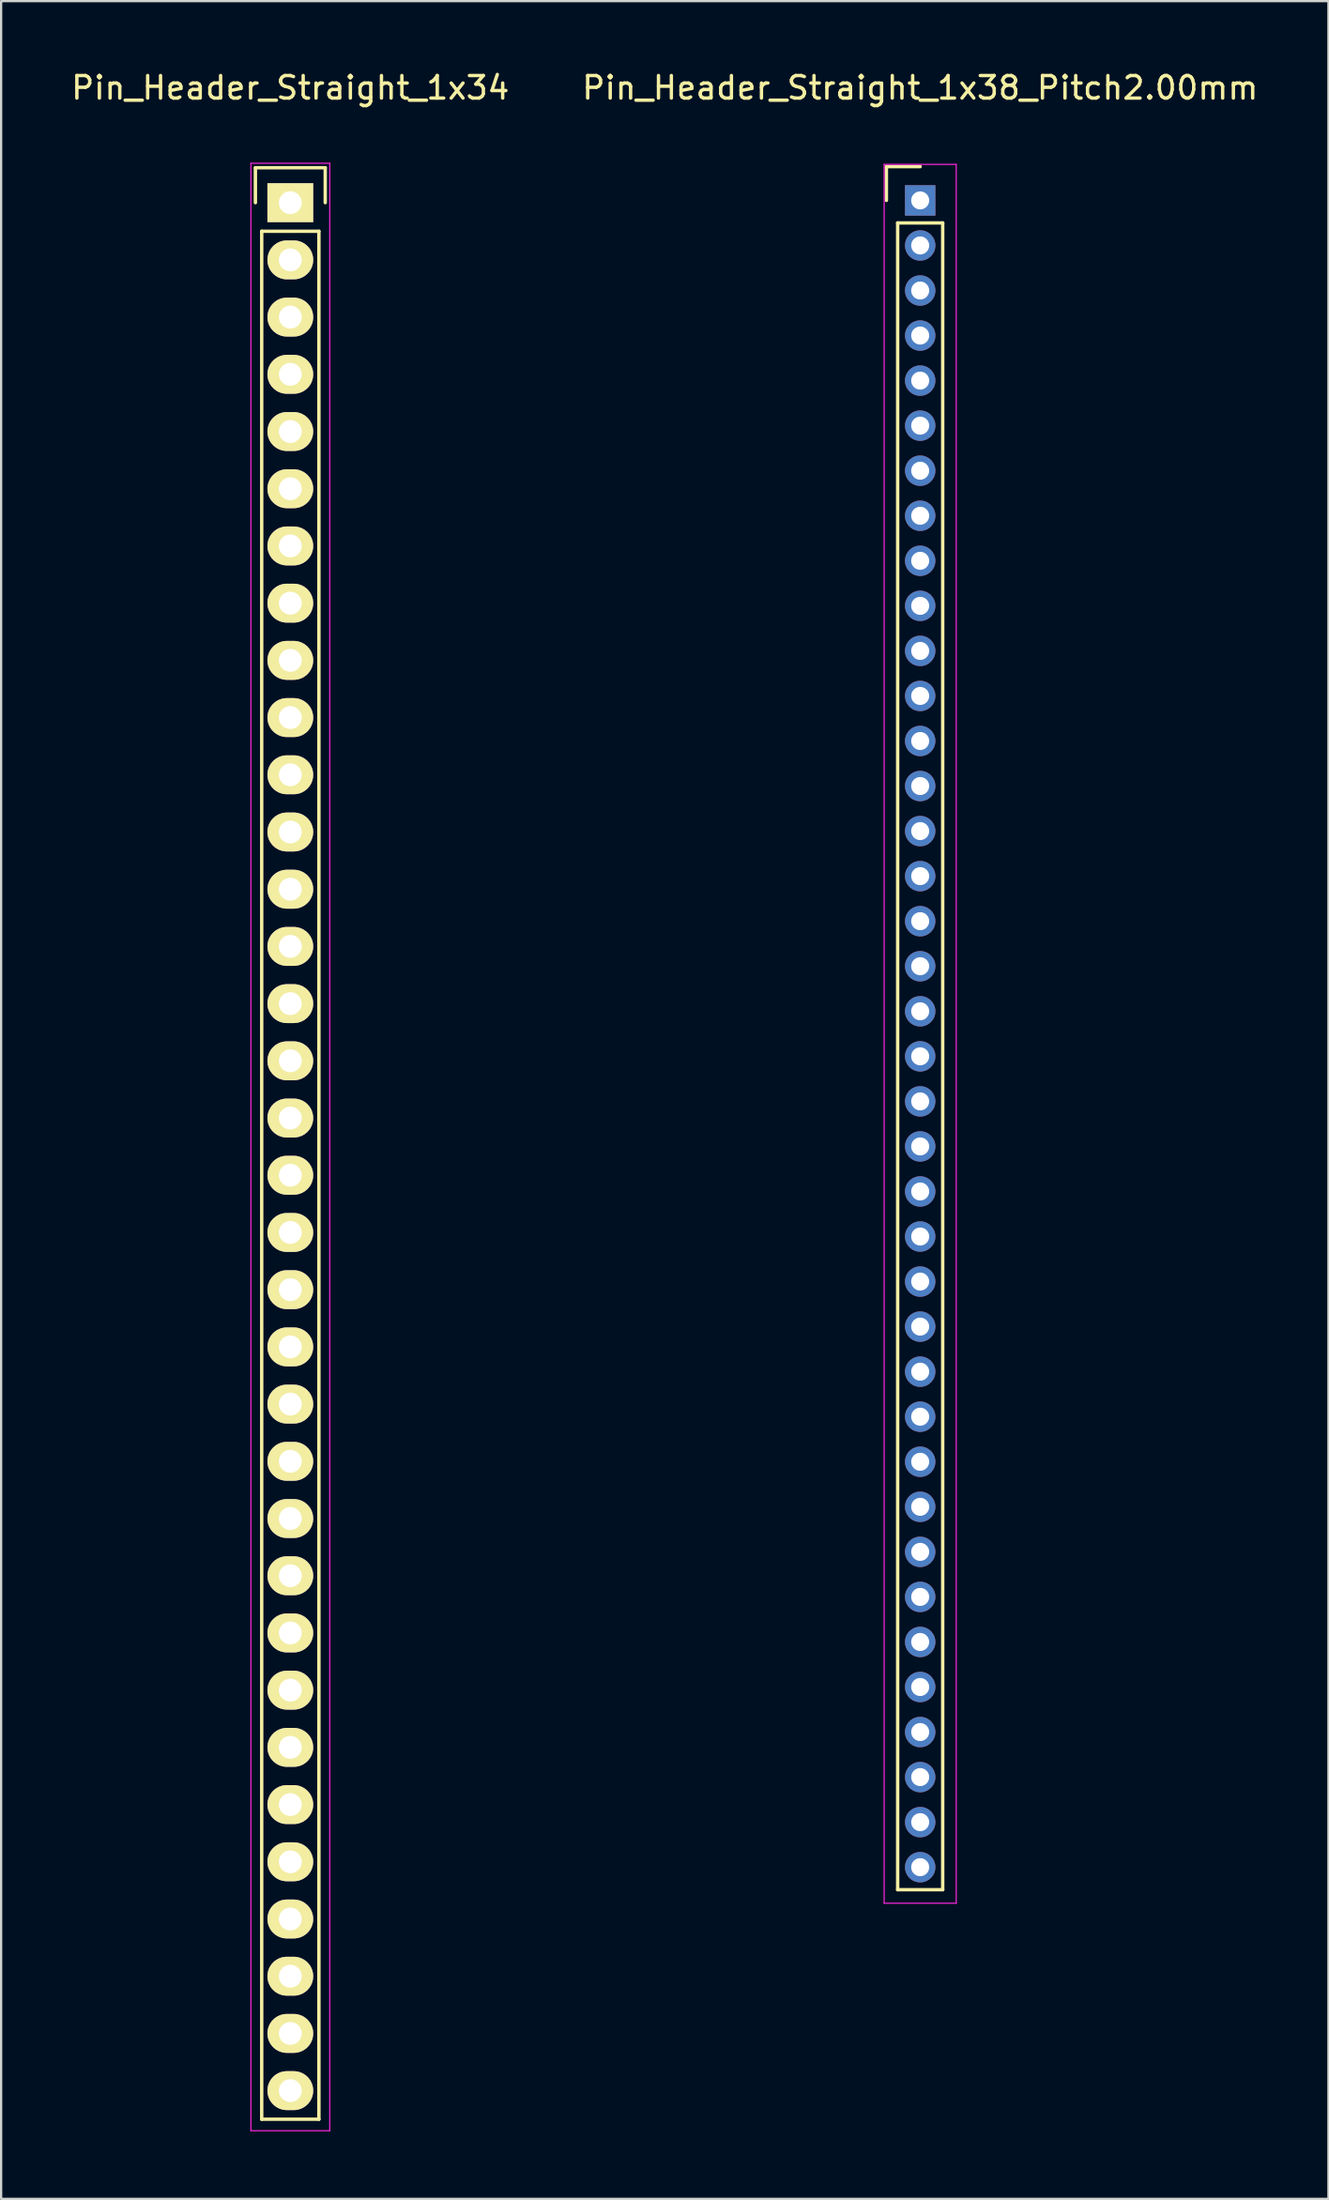
<source format=kicad_pcb>
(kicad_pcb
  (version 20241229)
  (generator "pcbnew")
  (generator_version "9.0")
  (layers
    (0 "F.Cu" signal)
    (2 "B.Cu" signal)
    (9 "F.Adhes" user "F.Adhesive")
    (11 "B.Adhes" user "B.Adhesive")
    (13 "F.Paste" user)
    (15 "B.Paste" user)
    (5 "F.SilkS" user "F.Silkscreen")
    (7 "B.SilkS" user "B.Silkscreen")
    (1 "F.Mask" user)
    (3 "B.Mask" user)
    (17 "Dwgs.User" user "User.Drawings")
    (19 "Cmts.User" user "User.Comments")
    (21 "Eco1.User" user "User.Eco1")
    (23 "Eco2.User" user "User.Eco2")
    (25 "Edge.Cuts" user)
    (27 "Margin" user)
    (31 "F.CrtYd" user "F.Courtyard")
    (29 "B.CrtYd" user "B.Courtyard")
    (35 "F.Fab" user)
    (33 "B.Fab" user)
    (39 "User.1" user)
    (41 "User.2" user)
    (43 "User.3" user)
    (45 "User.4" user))
  (footprint "Pin_Header_Straight_1x38_Pitch2.00mm"
    (layer "F.Cu")
    (at 37.804 5.848)
    (property "Reference" "Pin_Header_Straight_1x38_Pitch2.00mm" (at 0 -5 0) (layer "F.SilkS") (effects (font (size 1 1) (thickness 0.15))))
    (attr through_hole)
    (fp_line (start -1.5 -1.5) (end 0 -1.5) (stroke (width 0.15) (type solid)) (layer "F.SilkS"))
    (fp_line (start -1.5 0) (end -1.5 -1.5) (stroke (width 0.15) (type solid)) (layer "F.SilkS"))
    (fp_line (start -1 1) (end 1 1) (stroke (width 0.15) (type solid)) (layer "F.SilkS"))
    (fp_line (start -1 75) (end -1 1) (stroke (width 0.15) (type solid)) (layer "F.SilkS"))
    (fp_line (start 1 1) (end 1 75) (stroke (width 0.15) (type solid)) (layer "F.SilkS"))
    (fp_line (start 1 75) (end -1 75) (stroke (width 0.15) (type solid)) (layer "F.SilkS"))
    (fp_line (start -1.6 -1.6) (end 1.6 -1.6) (stroke (width 0.05) (type solid)) (layer "F.CrtYd"))
    (fp_line (start -1.6 75.6) (end -1.6 -1.6) (stroke (width 0.05) (type solid)) (layer "F.CrtYd"))
    (fp_line (start 1.6 -1.6) (end 1.6 75.6) (stroke (width 0.05) (type solid)) (layer "F.CrtYd"))
    (fp_line (start 1.6 75.6) (end -1.6 75.6) (stroke (width 0.05) (type solid)) (layer "F.CrtYd"))
    (pad "1" thru_hole rect (at 0 0) (size 1.35 1.35) (drill 0.8) (layers "*.Cu" "*.Mask"))
    (pad "2" thru_hole circle (at 0 2) (size 1.35 1.35) (drill 0.8) (layers "*.Cu" "*.Mask"))
    (pad "3" thru_hole circle (at 0 4) (size 1.35 1.35) (drill 0.8) (layers "*.Cu" "*.Mask"))
    (pad "4" thru_hole circle (at 0 6) (size 1.35 1.35) (drill 0.8) (layers "*.Cu" "*.Mask"))
    (pad "5" thru_hole circle (at 0 8) (size 1.35 1.35) (drill 0.8) (layers "*.Cu" "*.Mask"))
    (pad "6" thru_hole circle (at 0 10) (size 1.35 1.35) (drill 0.8) (layers "*.Cu" "*.Mask"))
    (pad "7" thru_hole circle (at 0 12) (size 1.35 1.35) (drill 0.8) (layers "*.Cu" "*.Mask"))
    (pad "8" thru_hole circle (at 0 14) (size 1.35 1.35) (drill 0.8) (layers "*.Cu" "*.Mask"))
    (pad "9" thru_hole circle (at 0 16) (size 1.35 1.35) (drill 0.8) (layers "*.Cu" "*.Mask"))
    (pad "10" thru_hole circle (at 0 18) (size 1.35 1.35) (drill 0.8) (layers "*.Cu" "*.Mask"))
    (pad "11" thru_hole circle (at 0 20) (size 1.35 1.35) (drill 0.8) (layers "*.Cu" "*.Mask"))
    (pad "12" thru_hole circle (at 0 22) (size 1.35 1.35) (drill 0.8) (layers "*.Cu" "*.Mask"))
    (pad "13" thru_hole circle (at 0 24) (size 1.35 1.35) (drill 0.8) (layers "*.Cu" "*.Mask"))
    (pad "14" thru_hole circle (at 0 26) (size 1.35 1.35) (drill 0.8) (layers "*.Cu" "*.Mask"))
    (pad "15" thru_hole circle (at 0 28) (size 1.35 1.35) (drill 0.8) (layers "*.Cu" "*.Mask"))
    (pad "16" thru_hole circle (at 0 30) (size 1.35 1.35) (drill 0.8) (layers "*.Cu" "*.Mask"))
    (pad "17" thru_hole circle (at 0 32) (size 1.35 1.35) (drill 0.8) (layers "*.Cu" "*.Mask"))
    (pad "18" thru_hole circle (at 0 34) (size 1.35 1.35) (drill 0.8) (layers "*.Cu" "*.Mask"))
    (pad "19" thru_hole circle (at 0 36) (size 1.35 1.35) (drill 0.8) (layers "*.Cu" "*.Mask"))
    (pad "20" thru_hole circle (at 0 38) (size 1.35 1.35) (drill 0.8) (layers "*.Cu" "*.Mask"))
    (pad "21" thru_hole circle (at 0 40) (size 1.35 1.35) (drill 0.8) (layers "*.Cu" "*.Mask"))
    (pad "22" thru_hole circle (at 0 42) (size 1.35 1.35) (drill 0.8) (layers "*.Cu" "*.Mask"))
    (pad "23" thru_hole circle (at 0 44) (size 1.35 1.35) (drill 0.8) (layers "*.Cu" "*.Mask"))
    (pad "24" thru_hole circle (at 0 46) (size 1.35 1.35) (drill 0.8) (layers "*.Cu" "*.Mask"))
    (pad "25" thru_hole circle (at 0 48) (size 1.35 1.35) (drill 0.8) (layers "*.Cu" "*.Mask"))
    (pad "26" thru_hole circle (at 0 50) (size 1.35 1.35) (drill 0.8) (layers "*.Cu" "*.Mask"))
    (pad "27" thru_hole circle (at 0 52) (size 1.35 1.35) (drill 0.8) (layers "*.Cu" "*.Mask"))
    (pad "28" thru_hole circle (at 0 54) (size 1.35 1.35) (drill 0.8) (layers "*.Cu" "*.Mask"))
    (pad "29" thru_hole circle (at 0 56) (size 1.35 1.35) (drill 0.8) (layers "*.Cu" "*.Mask"))
    (pad "30" thru_hole circle (at 0 58) (size 1.35 1.35) (drill 0.8) (layers "*.Cu" "*.Mask"))
    (pad "31" thru_hole circle (at 0 60) (size 1.35 1.35) (drill 0.8) (layers "*.Cu" "*.Mask"))
    (pad "32" thru_hole circle (at 0 62) (size 1.35 1.35) (drill 0.8) (layers "*.Cu" "*.Mask"))
    (pad "33" thru_hole circle (at 0 64) (size 1.35 1.35) (drill 0.8) (layers "*.Cu" "*.Mask"))
    (pad "34" thru_hole circle (at 0 66) (size 1.35 1.35) (drill 0.8) (layers "*.Cu" "*.Mask"))
    (pad "35" thru_hole circle (at 0 68) (size 1.35 1.35) (drill 0.8) (layers "*.Cu" "*.Mask"))
    (pad "36" thru_hole circle (at 0 70) (size 1.35 1.35) (drill 0.8) (layers "*.Cu" "*.Mask"))
    (pad "37" thru_hole circle (at 0 72) (size 1.35 1.35) (drill 0.8) (layers "*.Cu" "*.Mask"))
    (pad "38" thru_hole circle (at 0 74) (size 1.35 1.35) (drill 0.8) (layers "*.Cu" "*.Mask")))
  (footprint "Pin_Header_Straight_1x34"
    (layer "F.Cu")
    (at 9.839 5.948)
    (property "Reference" "Pin_Header_Straight_1x34" (at 0 -5.1 0) (layer "F.SilkS") (effects (font (size 1 1) (thickness 0.15))))
    (attr through_hole)
    (fp_line (start -1.55 -1.55) (end 1.55 -1.55) (stroke (width 0.15) (type solid)) (layer "F.SilkS"))
    (fp_line (start -1.55 0) (end -1.55 -1.55) (stroke (width 0.15) (type solid)) (layer "F.SilkS"))
    (fp_line (start -1.27 1.27) (end -1.27 85.09) (stroke (width 0.15) (type solid)) (layer "F.SilkS"))
    (fp_line (start -1.27 85.09) (end 1.27 85.09) (stroke (width 0.15) (type solid)) (layer "F.SilkS"))
    (fp_line (start 1.27 1.27) (end -1.27 1.27) (stroke (width 0.15) (type solid)) (layer "F.SilkS"))
    (fp_line (start 1.27 85.09) (end 1.27 1.27) (stroke (width 0.15) (type solid)) (layer "F.SilkS"))
    (fp_line (start 1.55 -1.55) (end 1.55 0) (stroke (width 0.15) (type solid)) (layer "F.SilkS"))
    (fp_line (start -1.75 -1.75) (end -1.75 85.6) (stroke (width 0.05) (type solid)) (layer "F.CrtYd"))
    (fp_line (start -1.75 -1.75) (end 1.75 -1.75) (stroke (width 0.05) (type solid)) (layer "F.CrtYd"))
    (fp_line (start -1.75 85.6) (end 1.75 85.6) (stroke (width 0.05) (type solid)) (layer "F.CrtYd"))
    (fp_line (start 1.75 -1.75) (end 1.75 85.6) (stroke (width 0.05) (type solid)) (layer "F.CrtYd"))
    (pad "1" thru_hole rect (at 0 0) (size 2.032 1.727) (drill 1.016) (layers "*.Cu" "*.Mask" "F.SilkS"))
    (pad "2" thru_hole oval (at 0 2.54) (size 2.032 1.727) (drill 1.016) (layers "*.Cu" "*.Mask" "F.SilkS"))
    (pad "3" thru_hole oval (at 0 5.08) (size 2.032 1.727) (drill 1.016) (layers "*.Cu" "*.Mask" "F.SilkS"))
    (pad "4" thru_hole oval (at 0 7.62) (size 2.032 1.727) (drill 1.016) (layers "*.Cu" "*.Mask" "F.SilkS"))
    (pad "5" thru_hole oval (at 0 10.16) (size 2.032 1.727) (drill 1.016) (layers "*.Cu" "*.Mask" "F.SilkS"))
    (pad "6" thru_hole oval (at 0 12.7) (size 2.032 1.727) (drill 1.016) (layers "*.Cu" "*.Mask" "F.SilkS"))
    (pad "7" thru_hole oval (at 0 15.24) (size 2.032 1.727) (drill 1.016) (layers "*.Cu" "*.Mask" "F.SilkS"))
    (pad "8" thru_hole oval (at 0 17.78) (size 2.032 1.727) (drill 1.016) (layers "*.Cu" "*.Mask" "F.SilkS"))
    (pad "9" thru_hole oval (at 0 20.32) (size 2.032 1.727) (drill 1.016) (layers "*.Cu" "*.Mask" "F.SilkS"))
    (pad "10" thru_hole oval (at 0 22.86) (size 2.032 1.727) (drill 1.016) (layers "*.Cu" "*.Mask" "F.SilkS"))
    (pad "11" thru_hole oval (at 0 25.4) (size 2.032 1.727) (drill 1.016) (layers "*.Cu" "*.Mask" "F.SilkS"))
    (pad "12" thru_hole oval (at 0 27.94) (size 2.032 1.727) (drill 1.016) (layers "*.Cu" "*.Mask" "F.SilkS"))
    (pad "13" thru_hole oval (at 0 30.48) (size 2.032 1.727) (drill 1.016) (layers "*.Cu" "*.Mask" "F.SilkS"))
    (pad "14" thru_hole oval (at 0 33.02) (size 2.032 1.727) (drill 1.016) (layers "*.Cu" "*.Mask" "F.SilkS"))
    (pad "15" thru_hole oval (at 0 35.56) (size 2.032 1.727) (drill 1.016) (layers "*.Cu" "*.Mask" "F.SilkS"))
    (pad "16" thru_hole oval (at 0 38.1) (size 2.032 1.727) (drill 1.016) (layers "*.Cu" "*.Mask" "F.SilkS"))
    (pad "17" thru_hole oval (at 0 40.64) (size 2.032 1.727) (drill 1.016) (layers "*.Cu" "*.Mask" "F.SilkS"))
    (pad "18" thru_hole oval (at 0 43.18) (size 2.032 1.727) (drill 1.016) (layers "*.Cu" "*.Mask" "F.SilkS"))
    (pad "19" thru_hole oval (at 0 45.72) (size 2.032 1.727) (drill 1.016) (layers "*.Cu" "*.Mask" "F.SilkS"))
    (pad "20" thru_hole oval (at 0 48.26) (size 2.032 1.727) (drill 1.016) (layers "*.Cu" "*.Mask" "F.SilkS"))
    (pad "21" thru_hole oval (at 0 50.8) (size 2.032 1.727) (drill 1.016) (layers "*.Cu" "*.Mask" "F.SilkS"))
    (pad "22" thru_hole oval (at 0 53.34) (size 2.032 1.727) (drill 1.016) (layers "*.Cu" "*.Mask" "F.SilkS"))
    (pad "23" thru_hole oval (at 0 55.88) (size 2.032 1.727) (drill 1.016) (layers "*.Cu" "*.Mask" "F.SilkS"))
    (pad "24" thru_hole oval (at 0 58.42) (size 2.032 1.727) (drill 1.016) (layers "*.Cu" "*.Mask" "F.SilkS"))
    (pad "25" thru_hole oval (at 0 60.96) (size 2.032 1.727) (drill 1.016) (layers "*.Cu" "*.Mask" "F.SilkS"))
    (pad "26" thru_hole oval (at 0 63.5) (size 2.032 1.727) (drill 1.016) (layers "*.Cu" "*.Mask" "F.SilkS"))
    (pad "27" thru_hole oval (at 0 66.04) (size 2.032 1.727) (drill 1.016) (layers "*.Cu" "*.Mask" "F.SilkS"))
    (pad "28" thru_hole oval (at 0 68.58) (size 2.032 1.727) (drill 1.016) (layers "*.Cu" "*.Mask" "F.SilkS"))
    (pad "29" thru_hole oval (at 0 71.12) (size 2.032 1.727) (drill 1.016) (layers "*.Cu" "*.Mask" "F.SilkS"))
    (pad "30" thru_hole oval (at 0 73.66) (size 2.032 1.727) (drill 1.016) (layers "*.Cu" "*.Mask" "F.SilkS"))
    (pad "31" thru_hole oval (at 0 76.2) (size 2.032 1.727) (drill 1.016) (layers "*.Cu" "*.Mask" "F.SilkS"))
    (pad "32" thru_hole oval (at 0 78.74) (size 2.032 1.727) (drill 1.016) (layers "*.Cu" "*.Mask" "F.SilkS"))
    (pad "33" thru_hole oval (at 0 81.28) (size 2.032 1.727) (drill 1.016) (layers "*.Cu" "*.Mask" "F.SilkS"))
    (pad "34" thru_hole oval (at 0 83.82) (size 2.032 1.727) (drill 1.016) (layers "*.Cu" "*.Mask" "F.SilkS")))
  (gr_rect
    (start -3 -3)
    (end 55.929 94.573)
    (stroke (width 0.1) (type default))
    (fill no)
    (layer "Edge.Cuts")))
</source>
